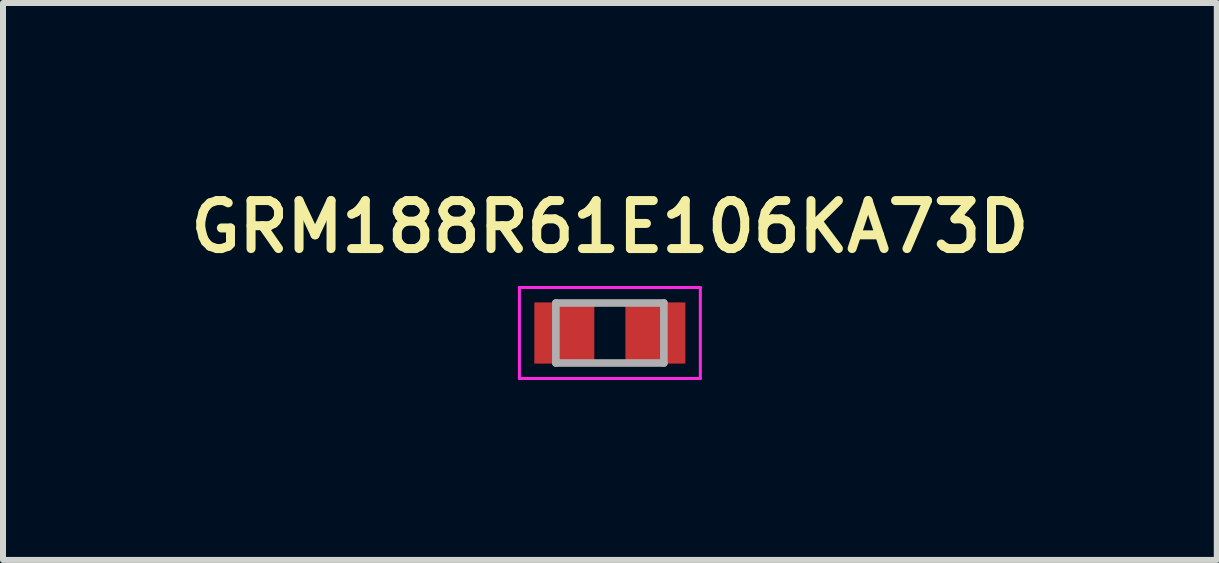
<source format=kicad_pcb>
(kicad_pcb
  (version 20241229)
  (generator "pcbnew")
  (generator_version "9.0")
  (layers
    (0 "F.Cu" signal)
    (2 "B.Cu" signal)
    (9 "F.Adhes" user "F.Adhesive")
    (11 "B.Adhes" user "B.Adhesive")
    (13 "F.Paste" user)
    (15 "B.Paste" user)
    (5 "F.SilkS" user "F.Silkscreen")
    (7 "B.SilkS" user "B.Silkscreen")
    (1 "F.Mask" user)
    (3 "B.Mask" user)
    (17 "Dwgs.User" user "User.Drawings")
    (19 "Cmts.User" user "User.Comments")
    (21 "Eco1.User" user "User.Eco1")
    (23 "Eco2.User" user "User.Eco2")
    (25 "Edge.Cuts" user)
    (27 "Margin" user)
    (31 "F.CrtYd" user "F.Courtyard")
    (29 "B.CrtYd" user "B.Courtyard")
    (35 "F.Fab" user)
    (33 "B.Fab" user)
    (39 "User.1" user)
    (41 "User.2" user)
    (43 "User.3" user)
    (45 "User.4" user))
  (footprint "GRM188R61E106KA73D"
    (layer "F.Cu")
    (at 7.116 2.501)
    (property "Reference" "GRM188R61E106KA73D" (at 0 -1.77 0) (layer "F.SilkS") (effects (font (size 0.8 0.8) (thickness 0.15))))
    (attr smd)
    (fp_line (start -1.508 -0.758) (end 1.508 -0.758) (stroke (width 0.05) (type solid)) (layer "F.CrtYd"))
    (fp_line (start -1.508 0.758) (end -1.508 -0.758) (stroke (width 0.05) (type solid)) (layer "F.CrtYd"))
    (fp_line (start -1.508 0.758) (end 1.508 0.758) (stroke (width 0.05) (type solid)) (layer "F.CrtYd"))
    (fp_line (start 1.508 0.758) (end 1.508 -0.758) (stroke (width 0.05) (type solid)) (layer "F.CrtYd"))
    (fp_line (start -0.9 0.5) (end -0.9 -0.5) (stroke (width 0.127) (type solid)) (layer "F.Fab"))
    (fp_line (start 0.9 -0.5) (end -0.9 -0.5) (stroke (width 0.127) (type solid)) (layer "F.Fab"))
    (fp_line (start 0.9 0.5) (end -0.9 0.5) (stroke (width 0.127) (type solid)) (layer "F.Fab"))
    (fp_line (start 0.9 0.5) (end 0.9 -0.5) (stroke (width 0.127) (type solid)) (layer "F.Fab"))
    (pad "1" smd rect (at -0.759 0) (size 1 1.02) (layers "F.Cu" "F.Mask" "F.Paste"))
    (pad "2" smd rect (at 0.759 0) (size 1 1.02) (layers "F.Cu" "F.Mask" "F.Paste")))
  (gr_rect
    (start -3 -3)
    (end 17.233 6.284)
    (stroke (width 0.1) (type default))
    (fill no)
    (layer "Edge.Cuts")))
</source>
